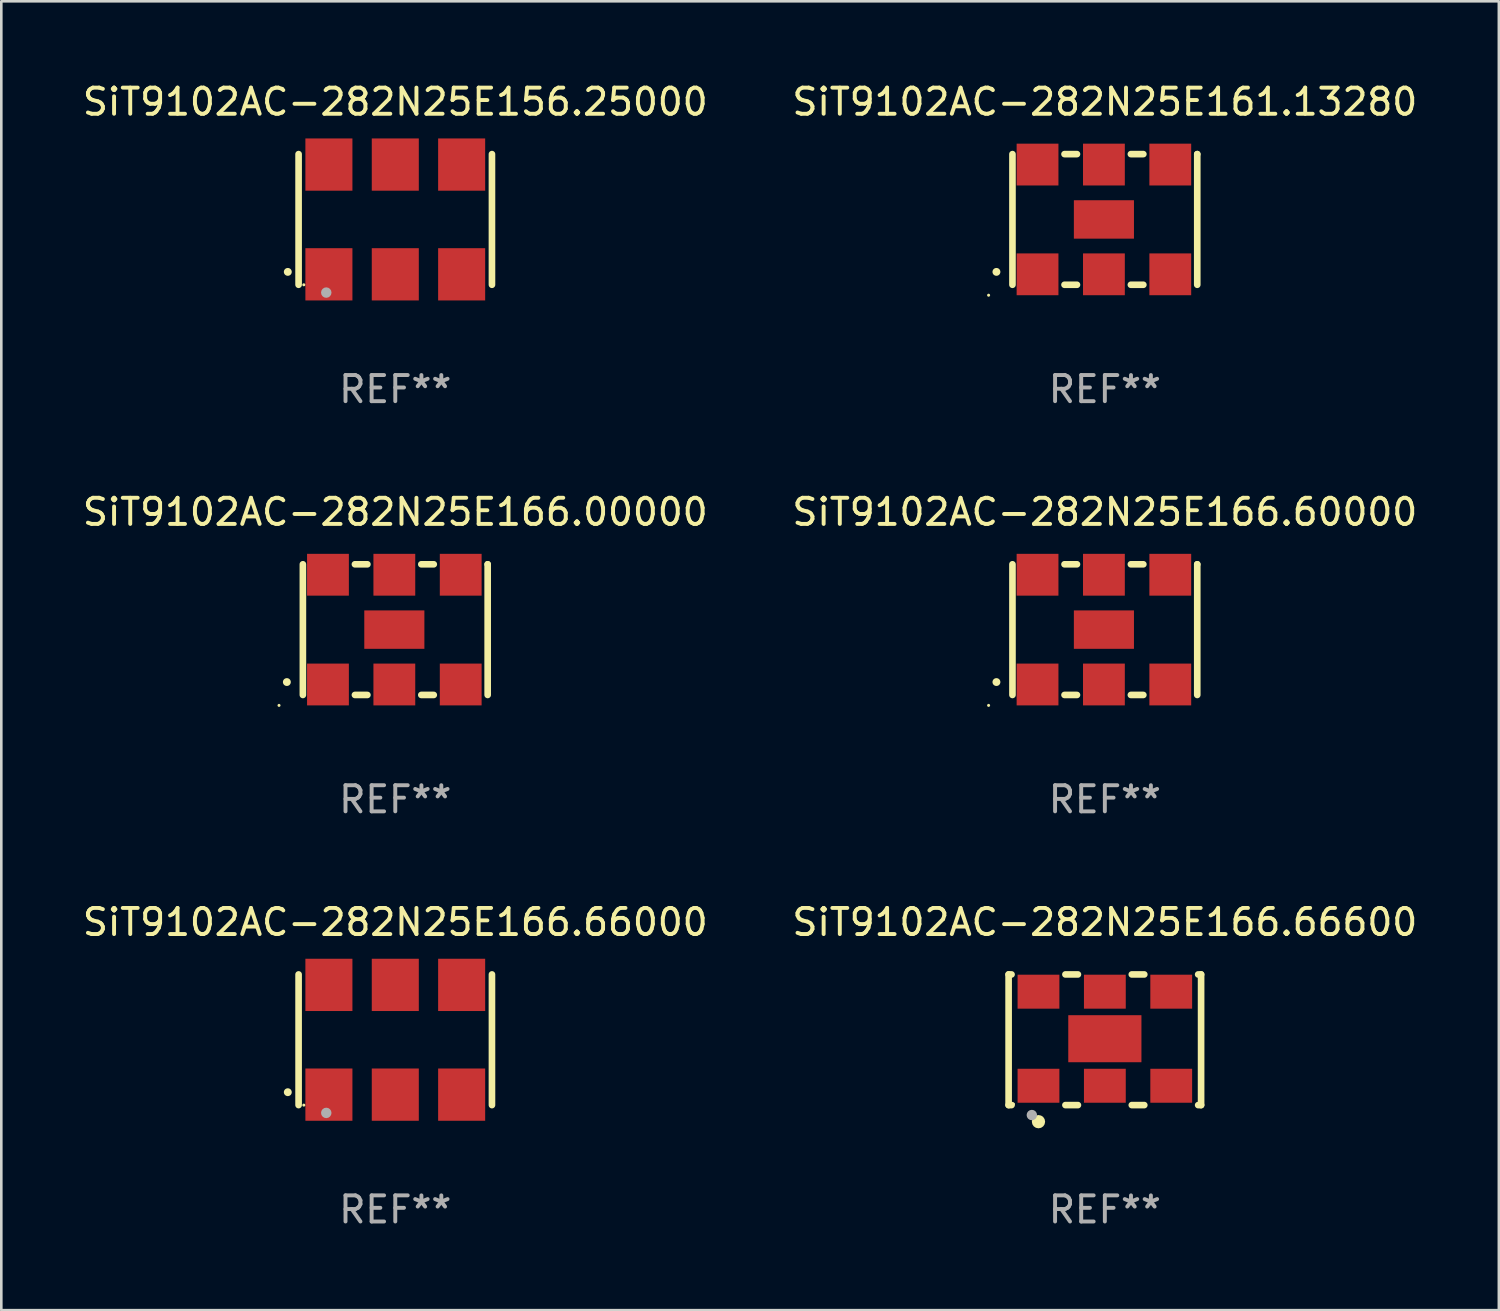
<source format=kicad_pcb>
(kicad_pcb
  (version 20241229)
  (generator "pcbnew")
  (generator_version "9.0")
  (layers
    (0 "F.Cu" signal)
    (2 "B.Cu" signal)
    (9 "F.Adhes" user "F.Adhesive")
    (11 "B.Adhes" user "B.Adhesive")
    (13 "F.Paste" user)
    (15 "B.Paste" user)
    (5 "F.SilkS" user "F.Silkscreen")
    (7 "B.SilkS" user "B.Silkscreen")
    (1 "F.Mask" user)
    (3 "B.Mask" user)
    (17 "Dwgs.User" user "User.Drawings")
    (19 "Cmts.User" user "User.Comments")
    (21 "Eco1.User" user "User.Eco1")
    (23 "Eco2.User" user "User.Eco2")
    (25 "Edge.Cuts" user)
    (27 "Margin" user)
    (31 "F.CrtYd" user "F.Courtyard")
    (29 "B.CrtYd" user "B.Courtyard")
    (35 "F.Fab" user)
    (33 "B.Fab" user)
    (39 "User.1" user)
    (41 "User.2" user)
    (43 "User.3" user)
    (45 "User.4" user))
  (footprint "SiT9102AC-282N25E166.66000"
    (layer "F.Cu")
    (at 12.077 36.741)
    (property "Reference" "SiT9102AC-282N25E166.66000" (at 0 -4.5 0) (layer "F.SilkS") (effects (font (size 1 1) (thickness 0.15))))
    (attr through_hole)
    (fp_line (start -3.7 -2.5) (end -3.7 2.5) (stroke (width 0.254) (type solid)) (layer "F.SilkS"))
    (fp_line (start 3.7 -2.5) (end 3.7 2.5) (stroke (width 0.254) (type solid)) (layer "F.SilkS"))
    (fp_arc (start -4.114415 2.006604) (mid -4.113145 2.006599) (end -4.111875 2.006604) (stroke (width 0.3) (type solid)) (layer "F.SilkS"))
    (fp_circle (center -3.5 2.501) (end -3.47 2.501) (stroke (width 0.06) (type solid)) (fill no) (layer "F.SilkS"))
    (fp_circle (center -2.641 2.799) (end -2.541 2.799) (stroke (width 0.2) (type solid)) (fill no) (layer "F.Fab"))
    (fp_text user "REF**" (at 0 6.5 0) (layer "F.Fab") (effects (font (size 1 1) (thickness 0.15))))
    (pad "1" smd rect (at -2.54 2.1) (size 1.8 2) (layers "F.Cu" "F.Mask" "F.Paste"))
    (pad "2" smd rect (at 0.000394 2.1) (size 1.8 2) (layers "F.Cu" "F.Mask" "F.Paste"))
    (pad "3" smd rect (at 2.54 2.1) (size 1.8 2) (layers "F.Cu" "F.Mask" "F.Paste"))
    (pad "4" smd rect (at 2.54 -2.1) (size 1.8 2) (layers "F.Cu" "F.Mask" "F.Paste"))
    (pad "5" smd rect (at 0.000394 -2.1) (size 1.8 2) (layers "F.Cu" "F.Mask" "F.Paste"))
    (pad "6" smd rect (at -2.54 -2.1) (size 1.8 2) (layers "F.Cu" "F.Mask" "F.Paste")))
  (footprint "SiT9102AC-282N25E156.25000"
    (layer "F.Cu")
    (at 12.077 5.348)
    (property "Reference" "SiT9102AC-282N25E156.25000" (at 0 -4.5 0) (layer "F.SilkS") (effects (font (size 1 1) (thickness 0.15))))
    (attr through_hole)
    (fp_line (start -3.7 -2.5) (end -3.7 2.5) (stroke (width 0.254) (type solid)) (layer "F.SilkS"))
    (fp_line (start 3.7 -2.5) (end 3.7 2.5) (stroke (width 0.254) (type solid)) (layer "F.SilkS"))
    (fp_arc (start -4.114415 2.006604) (mid -4.113145 2.006599) (end -4.111875 2.006604) (stroke (width 0.3) (type solid)) (layer "F.SilkS"))
    (fp_circle (center -3.5 2.501) (end -3.47 2.501) (stroke (width 0.06) (type solid)) (fill no) (layer "F.SilkS"))
    (fp_circle (center -2.641 2.799) (end -2.541 2.799) (stroke (width 0.2) (type solid)) (fill no) (layer "F.Fab"))
    (fp_text user "REF**" (at 0 6.5 0) (layer "F.Fab") (effects (font (size 1 1) (thickness 0.15))))
    (pad "1" smd rect (at -2.54 2.1) (size 1.8 2) (layers "F.Cu" "F.Mask" "F.Paste"))
    (pad "2" smd rect (at 0.000394 2.1) (size 1.8 2) (layers "F.Cu" "F.Mask" "F.Paste"))
    (pad "3" smd rect (at 2.54 2.1) (size 1.8 2) (layers "F.Cu" "F.Mask" "F.Paste"))
    (pad "4" smd rect (at 2.54 -2.1) (size 1.8 2) (layers "F.Cu" "F.Mask" "F.Paste"))
    (pad "5" smd rect (at 0.000394 -2.1) (size 1.8 2) (layers "F.Cu" "F.Mask" "F.Paste"))
    (pad "6" smd rect (at -2.54 -2.1) (size 1.8 2) (layers "F.Cu" "F.Mask" "F.Paste")))
  (footprint "SiT9102AC-282N25E166.00000"
    (layer "F.Cu")
    (at 12.077 21.045)
    (property "Reference" "SiT9102AC-282N25E166.00000" (at 0 -4.5 0) (layer "F.SilkS") (effects (font (size 1 1) (thickness 0.15))))
    (attr through_hole)
    (fp_line (start -3.536 -2.5) (end -3.536 2.5) (stroke (width 0.254) (type solid)) (layer "F.SilkS"))
    (fp_line (start -1.544 2.5) (end -1.067 2.5) (stroke (width 0.254) (type solid)) (layer "F.SilkS"))
    (fp_line (start -1.067 -2.5) (end -1.544 -2.5) (stroke (width 0.254) (type solid)) (layer "F.SilkS"))
    (fp_line (start 0.996 2.5) (end 1.473 2.5) (stroke (width 0.254) (type solid)) (layer "F.SilkS"))
    (fp_line (start 1.473 -2.5) (end 0.996 -2.5) (stroke (width 0.254) (type solid)) (layer "F.SilkS"))
    (fp_line (start 3.536 -2.5) (end 3.536 -2.5) (stroke (width 0.254) (type solid)) (layer "F.SilkS"))
    (fp_line (start 3.536 2.5) (end 3.536 -2.5) (stroke (width 0.254) (type solid)) (layer "F.SilkS"))
    (fp_arc (start -4.150432 2.006604) (mid -4.149162 2.006599) (end -4.147892 2.006604) (stroke (width 0.3) (type solid)) (layer "F.SilkS"))
    (fp_circle (center -4.449 2.9) (end -4.419 2.9) (stroke (width 0.06) (type solid)) (fill no) (layer "F.SilkS"))
    (fp_text user "REF**" (at 0 6.5 0) (layer "F.Fab") (effects (font (size 1 1) (thickness 0.15))))
    (pad "1" smd rect (at -2.576 2.1) (size 1.6 1.6) (layers "F.Cu" "F.Mask" "F.Paste"))
    (pad "2" smd rect (at -0.036 2.1) (size 1.6 1.6) (layers "F.Cu" "F.Mask" "F.Paste"))
    (pad "3" smd rect (at 2.504 2.1) (size 1.6 1.6) (layers "F.Cu" "F.Mask" "F.Paste"))
    (pad "4" smd rect (at 2.504 -2.1) (size 1.6 1.6) (layers "F.Cu" "F.Mask" "F.Paste"))
    (pad "5" smd rect (at -0.036 -2.1) (size 1.6 1.6) (layers "F.Cu" "F.Mask" "F.Paste"))
    (pad "6" smd rect (at -2.576 -2.1) (size 1.6 1.6) (layers "F.Cu" "F.Mask" "F.Paste"))
    (pad "7" smd rect (at -0.036 0) (size 2.3 1.47) (layers "F.Cu" "F.Mask" "F.Paste")))
  (footprint "SiT9102AC-282N25E166.66600"
    (layer "F.Cu")
    (at 39.232 36.741)
    (property "Reference" "SiT9102AC-282N25E166.66600" (at 0 -4.5 0) (layer "F.SilkS") (effects (font (size 1 1) (thickness 0.15))))
    (attr through_hole)
    (fp_line (start -3.683 -2.5) (end -3.571 -2.5) (stroke (width 0.254) (type solid)) (layer "F.SilkS"))
    (fp_line (start -3.683 2.5) (end -3.683 -2.5) (stroke (width 0.254) (type solid)) (layer "F.SilkS"))
    (fp_line (start -3.683 2.5) (end -3.571 2.5) (stroke (width 0.254) (type solid)) (layer "F.SilkS"))
    (fp_line (start -1.509 -2.5) (end -1.031 -2.5) (stroke (width 0.254) (type solid)) (layer "F.SilkS"))
    (fp_line (start -1.509 2.5) (end -1.031 2.5) (stroke (width 0.254) (type solid)) (layer "F.SilkS"))
    (fp_line (start 1.031 -2.5) (end 1.509 -2.5) (stroke (width 0.254) (type solid)) (layer "F.SilkS"))
    (fp_line (start 1.031 2.5) (end 1.509 2.5) (stroke (width 0.254) (type solid)) (layer "F.SilkS"))
    (fp_line (start 3.571 -2.5) (end 3.683 -2.5) (stroke (width 0.254) (type solid)) (layer "F.SilkS"))
    (fp_line (start 3.571 2.5) (end 3.683 2.5) (stroke (width 0.254) (type solid)) (layer "F.SilkS"))
    (fp_line (start 3.683 2.5) (end 3.683 -2.5) (stroke (width 0.254) (type solid)) (layer "F.SilkS"))
    (fp_circle (center -3.5 2.46) (end -3.47 2.46) (stroke (width 0.06) (type solid)) (fill no) (layer "F.SilkS"))
    (fp_circle (center -2.54 3.135) (end -2.413 3.135) (stroke (width 0.254) (type solid)) (fill no) (layer "F.SilkS"))
    (fp_circle (center -2.794 2.881) (end -2.694 2.881) (stroke (width 0.2) (type solid)) (fill no) (layer "F.Fab"))
    (fp_text user "REF**" (at 0 6.5 0) (layer "F.Fab") (effects (font (size 1 1) (thickness 0.15))))
    (pad "1" smd rect (at -2.54 1.76) (size 1.6 1.3) (layers "F.Cu" "F.Mask" "F.Paste"))
    (pad "2" smd rect (at 0 1.76) (size 1.6 1.3) (layers "F.Cu" "F.Mask" "F.Paste"))
    (pad "3" smd rect (at 2.54 1.76) (size 1.6 1.3) (layers "F.Cu" "F.Mask" "F.Paste"))
    (pad "4" smd rect (at 2.54 -1.84) (size 1.6 1.3) (layers "F.Cu" "F.Mask" "F.Paste"))
    (pad "5" smd rect (at 0 -1.84) (size 1.6 1.3) (layers "F.Cu" "F.Mask" "F.Paste"))
    (pad "6" smd rect (at -2.54 -1.84) (size 1.6 1.3) (layers "F.Cu" "F.Mask" "F.Paste"))
    (pad "7" smd rect (at 0 -0.04) (size 2.8 1.8) (layers "F.Cu" "F.Mask" "F.Paste")))
  (footprint "SiT9102AC-282N25E161.13280"
    (layer "F.Cu")
    (at 39.232 5.348)
    (property "Reference" "SiT9102AC-282N25E161.13280" (at 0 -4.5 0) (layer "F.SilkS") (effects (font (size 1 1) (thickness 0.15))))
    (attr through_hole)
    (fp_line (start -3.536 -2.5) (end -3.536 2.5) (stroke (width 0.254) (type solid)) (layer "F.SilkS"))
    (fp_line (start -1.544 2.5) (end -1.067 2.5) (stroke (width 0.254) (type solid)) (layer "F.SilkS"))
    (fp_line (start -1.067 -2.5) (end -1.544 -2.5) (stroke (width 0.254) (type solid)) (layer "F.SilkS"))
    (fp_line (start 0.996 2.5) (end 1.473 2.5) (stroke (width 0.254) (type solid)) (layer "F.SilkS"))
    (fp_line (start 1.473 -2.5) (end 0.996 -2.5) (stroke (width 0.254) (type solid)) (layer "F.SilkS"))
    (fp_line (start 3.536 -2.5) (end 3.536 -2.5) (stroke (width 0.254) (type solid)) (layer "F.SilkS"))
    (fp_line (start 3.536 2.5) (end 3.536 -2.5) (stroke (width 0.254) (type solid)) (layer "F.SilkS"))
    (fp_arc (start -4.150432 2.006604) (mid -4.149162 2.006599) (end -4.147892 2.006604) (stroke (width 0.3) (type solid)) (layer "F.SilkS"))
    (fp_circle (center -4.449 2.9) (end -4.419 2.9) (stroke (width 0.06) (type solid)) (fill no) (layer "F.SilkS"))
    (fp_text user "REF**" (at 0 6.5 0) (layer "F.Fab") (effects (font (size 1 1) (thickness 0.15))))
    (pad "1" smd rect (at -2.576 2.1) (size 1.6 1.6) (layers "F.Cu" "F.Mask" "F.Paste"))
    (pad "2" smd rect (at -0.036 2.1) (size 1.6 1.6) (layers "F.Cu" "F.Mask" "F.Paste"))
    (pad "3" smd rect (at 2.504 2.1) (size 1.6 1.6) (layers "F.Cu" "F.Mask" "F.Paste"))
    (pad "4" smd rect (at 2.504 -2.1) (size 1.6 1.6) (layers "F.Cu" "F.Mask" "F.Paste"))
    (pad "5" smd rect (at -0.036 -2.1) (size 1.6 1.6) (layers "F.Cu" "F.Mask" "F.Paste"))
    (pad "6" smd rect (at -2.576 -2.1) (size 1.6 1.6) (layers "F.Cu" "F.Mask" "F.Paste"))
    (pad "7" smd rect (at -0.036 0) (size 2.3 1.47) (layers "F.Cu" "F.Mask" "F.Paste")))
  (footprint "SiT9102AC-282N25E166.60000"
    (layer "F.Cu")
    (at 39.232 21.045)
    (property "Reference" "SiT9102AC-282N25E166.60000" (at 0 -4.5 0) (layer "F.SilkS") (effects (font (size 1 1) (thickness 0.15))))
    (attr through_hole)
    (fp_line (start -3.536 -2.5) (end -3.536 2.5) (stroke (width 0.254) (type solid)) (layer "F.SilkS"))
    (fp_line (start -1.544 2.5) (end -1.067 2.5) (stroke (width 0.254) (type solid)) (layer "F.SilkS"))
    (fp_line (start -1.067 -2.5) (end -1.544 -2.5) (stroke (width 0.254) (type solid)) (layer "F.SilkS"))
    (fp_line (start 0.996 2.5) (end 1.473 2.5) (stroke (width 0.254) (type solid)) (layer "F.SilkS"))
    (fp_line (start 1.473 -2.5) (end 0.996 -2.5) (stroke (width 0.254) (type solid)) (layer "F.SilkS"))
    (fp_line (start 3.536 -2.5) (end 3.536 -2.5) (stroke (width 0.254) (type solid)) (layer "F.SilkS"))
    (fp_line (start 3.536 2.5) (end 3.536 -2.5) (stroke (width 0.254) (type solid)) (layer "F.SilkS"))
    (fp_arc (start -4.150432 2.006604) (mid -4.149162 2.006599) (end -4.147892 2.006604) (stroke (width 0.3) (type solid)) (layer "F.SilkS"))
    (fp_circle (center -4.449 2.9) (end -4.419 2.9) (stroke (width 0.06) (type solid)) (fill no) (layer "F.SilkS"))
    (fp_text user "REF**" (at 0 6.5 0) (layer "F.Fab") (effects (font (size 1 1) (thickness 0.15))))
    (pad "1" smd rect (at -2.576 2.1) (size 1.6 1.6) (layers "F.Cu" "F.Mask" "F.Paste"))
    (pad "2" smd rect (at -0.036 2.1) (size 1.6 1.6) (layers "F.Cu" "F.Mask" "F.Paste"))
    (pad "3" smd rect (at 2.504 2.1) (size 1.6 1.6) (layers "F.Cu" "F.Mask" "F.Paste"))
    (pad "4" smd rect (at 2.504 -2.1) (size 1.6 1.6) (layers "F.Cu" "F.Mask" "F.Paste"))
    (pad "5" smd rect (at -0.036 -2.1) (size 1.6 1.6) (layers "F.Cu" "F.Mask" "F.Paste"))
    (pad "6" smd rect (at -2.576 -2.1) (size 1.6 1.6) (layers "F.Cu" "F.Mask" "F.Paste"))
    (pad "7" smd rect (at -0.036 0) (size 2.3 1.47) (layers "F.Cu" "F.Mask" "F.Paste")))
  (gr_rect
    (start -3 -3)
    (end 54.31 47.09)
    (stroke (width 0.1) (type default))
    (fill no)
    (layer "Edge.Cuts")))
</source>
